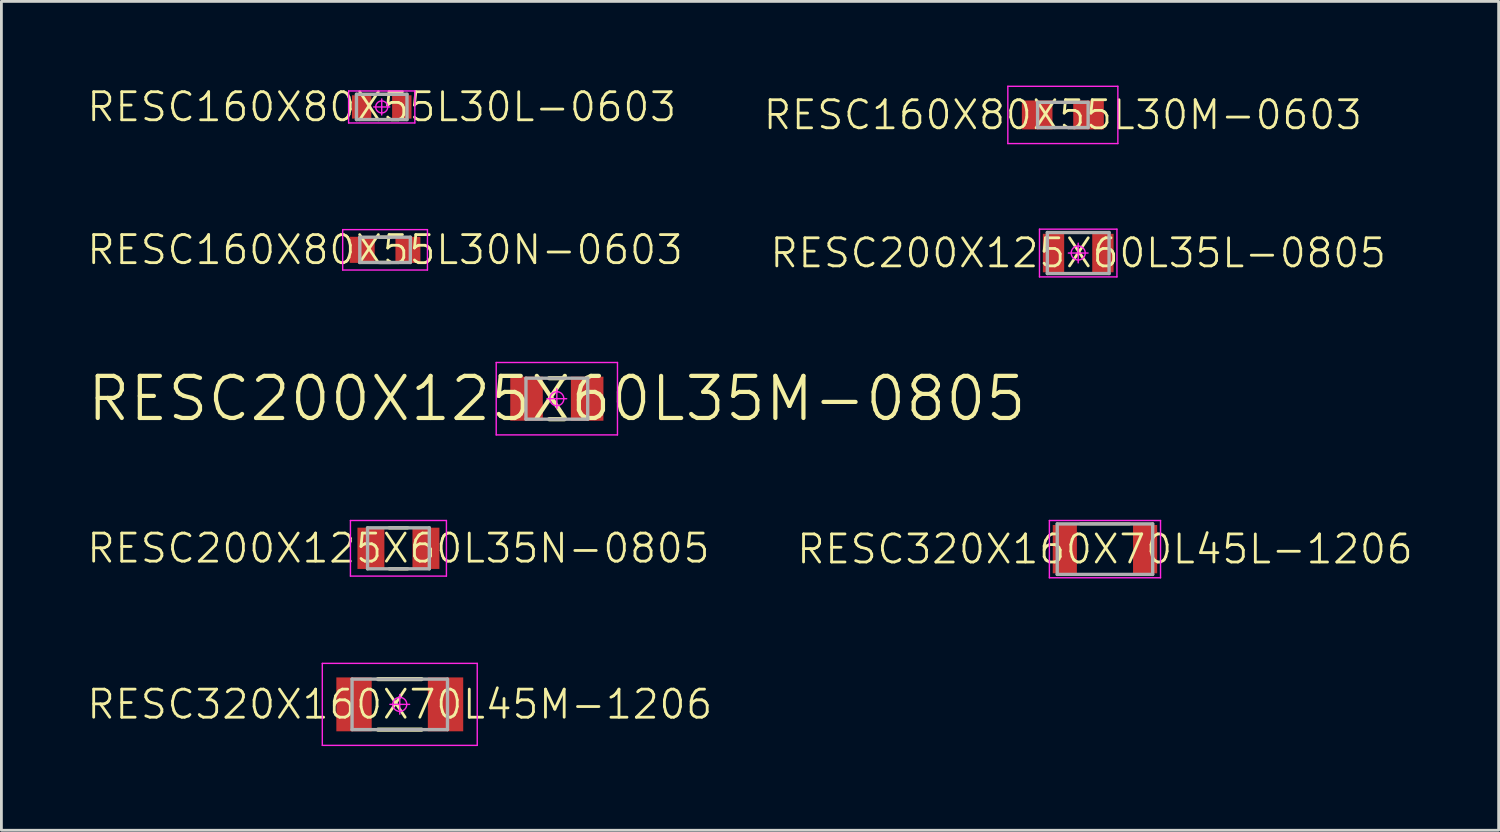
<source format=kicad_pcb>
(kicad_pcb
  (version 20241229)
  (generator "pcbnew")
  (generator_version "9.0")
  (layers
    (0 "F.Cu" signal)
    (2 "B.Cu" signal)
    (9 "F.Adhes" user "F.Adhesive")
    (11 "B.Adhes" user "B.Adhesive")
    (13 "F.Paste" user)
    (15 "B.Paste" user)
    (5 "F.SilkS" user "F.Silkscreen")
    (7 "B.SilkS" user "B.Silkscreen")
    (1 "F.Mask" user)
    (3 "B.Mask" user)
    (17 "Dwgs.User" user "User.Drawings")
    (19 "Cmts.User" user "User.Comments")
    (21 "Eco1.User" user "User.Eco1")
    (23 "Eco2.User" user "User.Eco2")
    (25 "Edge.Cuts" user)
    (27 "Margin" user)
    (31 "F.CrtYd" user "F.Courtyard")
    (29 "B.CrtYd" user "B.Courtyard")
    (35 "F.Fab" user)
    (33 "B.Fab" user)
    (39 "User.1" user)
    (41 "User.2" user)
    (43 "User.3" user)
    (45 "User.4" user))
  (footprint "RESC200X125X60L35N-0805"
    (layer "F.Cu")
    (at 11.145 16.485)
    (property "Reference" "RESC200X125X60L35N-0805" (at 0 0 0) (layer "F.SilkS") (effects (font (size 1 1) (thickness 0.1))))
    (attr smd)
    (fp_line (start -0.326 -0.73) (end 0.326 -0.73) (stroke (width 0.12) (type solid)) (layer "F.SilkS"))
    (fp_line (start -0.326 0.73) (end 0.326 0.73) (stroke (width 0.12) (type solid)) (layer "F.SilkS"))
    (fp_line (start -1.71 -0.99) (end 1.71 -0.99) (stroke (width 0.05) (type solid)) (layer "F.CrtYd"))
    (fp_line (start -1.71 0.99) (end -1.71 -0.99) (stroke (width 0.05) (type solid)) (layer "F.CrtYd"))
    (fp_line (start 1.71 -0.99) (end 1.71 0.99) (stroke (width 0.05) (type solid)) (layer "F.CrtYd"))
    (fp_line (start 1.71 0.99) (end -1.71 0.99) (stroke (width 0.05) (type solid)) (layer "F.CrtYd"))
    (fp_line (start -1.1 -0.73) (end 1.1 -0.73) (stroke (width 0.12) (type solid)) (layer "F.Fab"))
    (fp_line (start -1.1 0.73) (end -1.1 -0.73) (stroke (width 0.12) (type solid)) (layer "F.Fab"))
    (fp_line (start 1.1 -0.73) (end 1.1 0.73) (stroke (width 0.12) (type solid)) (layer "F.Fab"))
    (fp_line (start 1.1 0.73) (end -1.1 0.73) (stroke (width 0.12) (type solid)) (layer "F.Fab"))
    (pad "1" smd rect (at -0.98 0) (size 0.96 1.47) (layers "F.Cu" "F.Mask" "F.Paste"))
    (pad "2" smd rect (at 0.98 0) (size 0.96 1.47) (layers "F.Cu" "F.Mask" "F.Paste")))
  (footprint "RESC160X80X55L30M-0603"
    (layer "F.Cu")
    (at 34.817 1.045)
    (property "Reference" "RESC160X80X55L30M-0603" (at 0 0 0) (layer "F.SilkS") (effects (font (size 1 1) (thickness 0.1))))
    (attr smd)
    (fp_line (start -1.96 -1.02) (end 1.96 -1.02) (stroke (width 0.05) (type solid)) (layer "F.CrtYd"))
    (fp_line (start -1.96 1.02) (end -1.96 -1.02) (stroke (width 0.05) (type solid)) (layer "F.CrtYd"))
    (fp_line (start 1.96 -1.02) (end 1.96 1.02) (stroke (width 0.05) (type solid)) (layer "F.CrtYd"))
    (fp_line (start 1.96 1.02) (end -1.96 1.02) (stroke (width 0.05) (type solid)) (layer "F.CrtYd"))
    (fp_line (start -0.9 -0.45) (end 0.9 -0.45) (stroke (width 0.12) (type solid)) (layer "F.Fab"))
    (fp_line (start -0.9 0.45) (end -0.9 -0.45) (stroke (width 0.12) (type solid)) (layer "F.Fab"))
    (fp_line (start 0.9 -0.45) (end 0.9 0.45) (stroke (width 0.12) (type solid)) (layer "F.Fab"))
    (fp_line (start 0.9 0.45) (end -0.9 0.45) (stroke (width 0.12) (type solid)) (layer "F.Fab"))
    (pad "1" smd rect (at -0.915 0) (size 1.09 1.03) (layers "F.Cu" "F.Mask" "F.Paste"))
    (pad "2" smd rect (at 0.915 0) (size 1.09 1.03) (layers "F.Cu" "F.Mask" "F.Paste")))
  (footprint "RESC200X125X60L35M-0805"
    (layer "F.Cu")
    (at 16.789 11.155)
    (property "Reference" "RESC200X125X60L35M-0805" (at 0 0 0) (layer "F.SilkS") (effects (font (size 1.5 1.5) (thickness 0.15))))
    (attr smd)
    (fp_line (start -0.275 -0.73) (end 0.275 -0.73) (stroke (width 0.15) (type solid)) (layer "F.SilkS"))
    (fp_line (start -0.275 0.73) (end 0.275 0.73) (stroke (width 0.15) (type solid)) (layer "F.SilkS"))
    (fp_line (start -2.16 -1.29) (end 2.16 -1.29) (stroke (width 0.05) (type solid)) (layer "F.CrtYd"))
    (fp_line (start -2.16 1.29) (end -2.16 -1.29) (stroke (width 0.05) (type solid)) (layer "F.CrtYd"))
    (fp_line (start 0 -0.35) (end 0 0.35) (stroke (width 0.05) (type solid)) (layer "F.CrtYd"))
    (fp_line (start 0.35 0) (end -0.35 0) (stroke (width 0.05) (type solid)) (layer "F.CrtYd"))
    (fp_line (start 2.16 -1.29) (end 2.16 1.29) (stroke (width 0.05) (type solid)) (layer "F.CrtYd"))
    (fp_line (start 2.16 1.29) (end -2.16 1.29) (stroke (width 0.05) (type solid)) (layer "F.CrtYd"))
    (fp_circle (center 0 0) (end 0 0.25) (stroke (width 0.05) (type solid)) (fill no) (layer "F.CrtYd"))
    (fp_line (start -1.1 -0.73) (end 1.1 -0.73) (stroke (width 0.12) (type solid)) (layer "F.Fab"))
    (fp_line (start -1.1 0.73) (end -1.1 -0.73) (stroke (width 0.12) (type solid)) (layer "F.Fab"))
    (fp_line (start 1.1 -0.73) (end 1.1 0.73) (stroke (width 0.12) (type solid)) (layer "F.Fab"))
    (fp_line (start 1.1 0.73) (end -1.1 0.73) (stroke (width 0.12) (type solid)) (layer "F.Fab"))
    (pad "1" smd rect (at -1.08 0) (size 1.16 1.57) (layers "F.Cu" "F.Mask" "F.Paste"))
    (pad "2" smd rect (at 1.08 0) (size 1.16 1.57) (layers "F.Cu" "F.Mask" "F.Paste")))
  (footprint "RESC320X160X70L45L-1206"
    (layer "F.Cu")
    (at 36.317 16.515)
    (property "Reference" "RESC320X160X70L45L-1206" (at 0 0 0) (layer "F.SilkS") (effects (font (size 1 1) (thickness 0.1))))
    (attr smd)
    (fp_line (start -0.879 -0.9) (end 0.879 -0.9) (stroke (width 0.1) (type solid)) (layer "F.SilkS"))
    (fp_line (start -0.879 0.9) (end 0.879 0.9) (stroke (width 0.1) (type solid)) (layer "F.SilkS"))
    (fp_line (start -1.98 -1.02) (end 1.98 -1.02) (stroke (width 0.05) (type solid)) (layer "F.CrtYd"))
    (fp_line (start -1.98 1.02) (end -1.98 -1.02) (stroke (width 0.05) (type solid)) (layer "F.CrtYd"))
    (fp_line (start 1.98 -1.02) (end 1.98 1.02) (stroke (width 0.05) (type solid)) (layer "F.CrtYd"))
    (fp_line (start 1.98 1.02) (end -1.98 1.02) (stroke (width 0.05) (type solid)) (layer "F.CrtYd"))
    (fp_line (start -1.7 -0.9) (end 1.7 -0.9) (stroke (width 0.12) (type solid)) (layer "F.Fab"))
    (fp_line (start -1.7 0.9) (end -1.7 -0.9) (stroke (width 0.12) (type solid)) (layer "F.Fab"))
    (fp_line (start 1.7 -0.9) (end 1.7 0.9) (stroke (width 0.12) (type solid)) (layer "F.Fab"))
    (fp_line (start 1.7 0.9) (end -1.7 0.9) (stroke (width 0.12) (type solid)) (layer "F.Fab"))
    (pad "1" smd rect (at -1.43 0) (size 0.86 1.72) (layers "F.Cu" "F.Mask" "F.Paste"))
    (pad "2" smd rect (at 1.43 0) (size 0.86 1.72) (layers "F.Cu" "F.Mask" "F.Paste")))
  (footprint "RESC160X80X55L30L-0603"
    (layer "F.Cu")
    (at 10.55 0.76)
    (property "Reference" "RESC160X80X55L30L-0603" (at 0 0 0) (layer "F.SilkS") (effects (font (size 1 1) (thickness 0.1))))
    (attr smd)
    (fp_line (start -0.229 -0.45) (end 0.229 -0.45) (stroke (width 0.1) (type solid)) (layer "F.SilkS"))
    (fp_line (start -0.229 0.45) (end 0.229 0.45) (stroke (width 0.1) (type solid)) (layer "F.SilkS"))
    (fp_line (start -1.18 -0.57) (end 1.18 -0.57) (stroke (width 0.05) (type solid)) (layer "F.CrtYd"))
    (fp_line (start -1.18 0.57) (end -1.18 -0.57) (stroke (width 0.05) (type solid)) (layer "F.CrtYd"))
    (fp_line (start 0 -0.285) (end 0 0.285) (stroke (width 0.05) (type solid)) (layer "F.CrtYd"))
    (fp_line (start 0.285 0) (end -0.285 0) (stroke (width 0.05) (type solid)) (layer "F.CrtYd"))
    (fp_line (start 1.18 -0.57) (end 1.18 0.57) (stroke (width 0.05) (type solid)) (layer "F.CrtYd"))
    (fp_line (start 1.18 0.57) (end -1.18 0.57) (stroke (width 0.05) (type solid)) (layer "F.CrtYd"))
    (fp_circle (center 0 0) (end 0 0.214) (stroke (width 0.05) (type solid)) (fill no) (layer "F.CrtYd"))
    (fp_line (start -0.9 -0.45) (end 0.9 -0.45) (stroke (width 0.12) (type solid)) (layer "F.Fab"))
    (fp_line (start -0.9 0.45) (end -0.9 -0.45) (stroke (width 0.12) (type solid)) (layer "F.Fab"))
    (fp_line (start 0.9 -0.45) (end 0.9 0.45) (stroke (width 0.12) (type solid)) (layer "F.Fab"))
    (fp_line (start 0.9 0.45) (end -0.9 0.45) (stroke (width 0.12) (type solid)) (layer "F.Fab"))
    (pad "1" smd rect (at -0.715 0) (size 0.69 0.83) (layers "F.Cu" "F.Mask" "F.Paste"))
    (pad "2" smd rect (at 0.715 0) (size 0.69 0.83) (layers "F.Cu" "F.Mask" "F.Paste")))
  (footprint "RESC320X160X70L45M-1206"
    (layer "F.Cu")
    (at 11.193 22.045)
    (property "Reference" "RESC320X160X70L45M-1206" (at 0 0 0) (layer "F.SilkS") (effects (font (size 1 1) (thickness 0.1))))
    (attr smd)
    (fp_line (start -0.775 -0.9) (end 0.775 -0.9) (stroke (width 0.15) (type solid)) (layer "F.SilkS"))
    (fp_line (start -0.775 0.9) (end 0.775 0.9) (stroke (width 0.15) (type solid)) (layer "F.SilkS"))
    (fp_line (start -2.76 -1.46) (end 2.76 -1.46) (stroke (width 0.05) (type solid)) (layer "F.CrtYd"))
    (fp_line (start -2.76 1.46) (end -2.76 -1.46) (stroke (width 0.05) (type solid)) (layer "F.CrtYd"))
    (fp_line (start 0 -0.35) (end 0 0.35) (stroke (width 0.05) (type solid)) (layer "F.CrtYd"))
    (fp_line (start 0.35 0) (end -0.35 0) (stroke (width 0.05) (type solid)) (layer "F.CrtYd"))
    (fp_line (start 2.76 -1.46) (end 2.76 1.46) (stroke (width 0.05) (type solid)) (layer "F.CrtYd"))
    (fp_line (start 2.76 1.46) (end -2.76 1.46) (stroke (width 0.05) (type solid)) (layer "F.CrtYd"))
    (fp_circle (center 0 0) (end 0 0.25) (stroke (width 0.05) (type solid)) (fill no) (layer "F.CrtYd"))
    (fp_line (start -1.7 -0.9) (end 1.7 -0.9) (stroke (width 0.12) (type solid)) (layer "F.Fab"))
    (fp_line (start -1.7 0.9) (end -1.7 -0.9) (stroke (width 0.12) (type solid)) (layer "F.Fab"))
    (fp_line (start 1.7 -0.9) (end 1.7 0.9) (stroke (width 0.12) (type solid)) (layer "F.Fab"))
    (fp_line (start 1.7 0.9) (end -1.7 0.9) (stroke (width 0.12) (type solid)) (layer "F.Fab"))
    (pad "1" smd rect (at -1.63 0) (size 1.26 1.92) (layers "F.Cu" "F.Mask" "F.Paste"))
    (pad "2" smd rect (at 1.63 0) (size 1.26 1.92) (layers "F.Cu" "F.Mask" "F.Paste")))
  (footprint "RESC160X80X55L30N-0603"
    (layer "F.Cu")
    (at 10.669 5.851)
    (property "Reference" "RESC160X80X55L30N-0603" (at 0 0 0) (layer "F.SilkS") (effects (font (size 1 1) (thickness 0.1))))
    (attr smd)
    (fp_line (start -0.191 -0.45) (end 0.191 -0.45) (stroke (width 0.12) (type solid)) (layer "F.SilkS"))
    (fp_line (start -0.191 0.45) (end 0.191 0.45) (stroke (width 0.12) (type solid)) (layer "F.SilkS"))
    (fp_line (start -1.51 -0.72) (end 1.51 -0.72) (stroke (width 0.05) (type solid)) (layer "F.CrtYd"))
    (fp_line (start -1.51 0.72) (end -1.51 -0.72) (stroke (width 0.05) (type solid)) (layer "F.CrtYd"))
    (fp_line (start 1.51 -0.72) (end 1.51 0.72) (stroke (width 0.05) (type solid)) (layer "F.CrtYd"))
    (fp_line (start 1.51 0.72) (end -1.51 0.72) (stroke (width 0.05) (type solid)) (layer "F.CrtYd"))
    (fp_line (start -0.9 -0.45) (end 0.9 -0.45) (stroke (width 0.12) (type solid)) (layer "F.Fab"))
    (fp_line (start -0.9 0.45) (end -0.9 -0.45) (stroke (width 0.12) (type solid)) (layer "F.Fab"))
    (fp_line (start 0.9 -0.45) (end 0.9 0.45) (stroke (width 0.12) (type solid)) (layer "F.Fab"))
    (fp_line (start 0.9 0.45) (end -0.9 0.45) (stroke (width 0.12) (type solid)) (layer "F.Fab"))
    (pad "1" smd rect (at -0.815 0) (size 0.89 0.93) (layers "F.Cu" "F.Mask" "F.Paste"))
    (pad "2" smd rect (at 0.815 0) (size 0.89 0.93) (layers "F.Cu" "F.Mask" "F.Paste")))
  (footprint "RESC200X125X60L35L-0805"
    (layer "F.Cu")
    (at 35.364 5.965)
    (property "Reference" "RESC200X125X60L35L-0805" (at 0 0 0) (layer "F.SilkS") (effects (font (size 1 1) (thickness 0.1))))
    (attr smd)
    (fp_line (start -0.37 -0.73) (end 0.37 -0.73) (stroke (width 0.1) (type solid)) (layer "F.SilkS"))
    (fp_line (start -0.37 0.73) (end 0.37 0.73) (stroke (width 0.1) (type solid)) (layer "F.SilkS"))
    (fp_line (start -1.38 -0.85) (end 1.38 -0.85) (stroke (width 0.05) (type solid)) (layer "F.CrtYd"))
    (fp_line (start -1.38 0.85) (end -1.38 -0.85) (stroke (width 0.05) (type solid)) (layer "F.CrtYd"))
    (fp_line (start 0 -0.35) (end 0 0.35) (stroke (width 0.05) (type solid)) (layer "F.CrtYd"))
    (fp_line (start 0.35 0) (end -0.35 0) (stroke (width 0.05) (type solid)) (layer "F.CrtYd"))
    (fp_line (start 1.38 -0.85) (end 1.38 0.85) (stroke (width 0.05) (type solid)) (layer "F.CrtYd"))
    (fp_line (start 1.38 0.85) (end -1.38 0.85) (stroke (width 0.05) (type solid)) (layer "F.CrtYd"))
    (fp_circle (center 0 0) (end 0 0.25) (stroke (width 0.05) (type solid)) (fill no) (layer "F.CrtYd"))
    (fp_line (start -1.1 -0.73) (end 1.1 -0.73) (stroke (width 0.12) (type solid)) (layer "F.Fab"))
    (fp_line (start -1.1 0.73) (end -1.1 -0.73) (stroke (width 0.12) (type solid)) (layer "F.Fab"))
    (fp_line (start 1.1 -0.73) (end 1.1 0.73) (stroke (width 0.12) (type solid)) (layer "F.Fab"))
    (fp_line (start 1.1 0.73) (end -1.1 0.73) (stroke (width 0.12) (type solid)) (layer "F.Fab"))
    (pad "1" smd rect (at -0.88 0) (size 0.76 1.37) (layers "F.Cu" "F.Mask" "F.Paste"))
    (pad "2" smd rect (at 0.88 0) (size 0.76 1.37) (layers "F.Cu" "F.Mask" "F.Paste")))
  (gr_rect
    (start -3 -3)
    (end 50.343 26.53)
    (stroke (width 0.1) (type default))
    (fill no)
    (layer "Edge.Cuts")))
</source>
